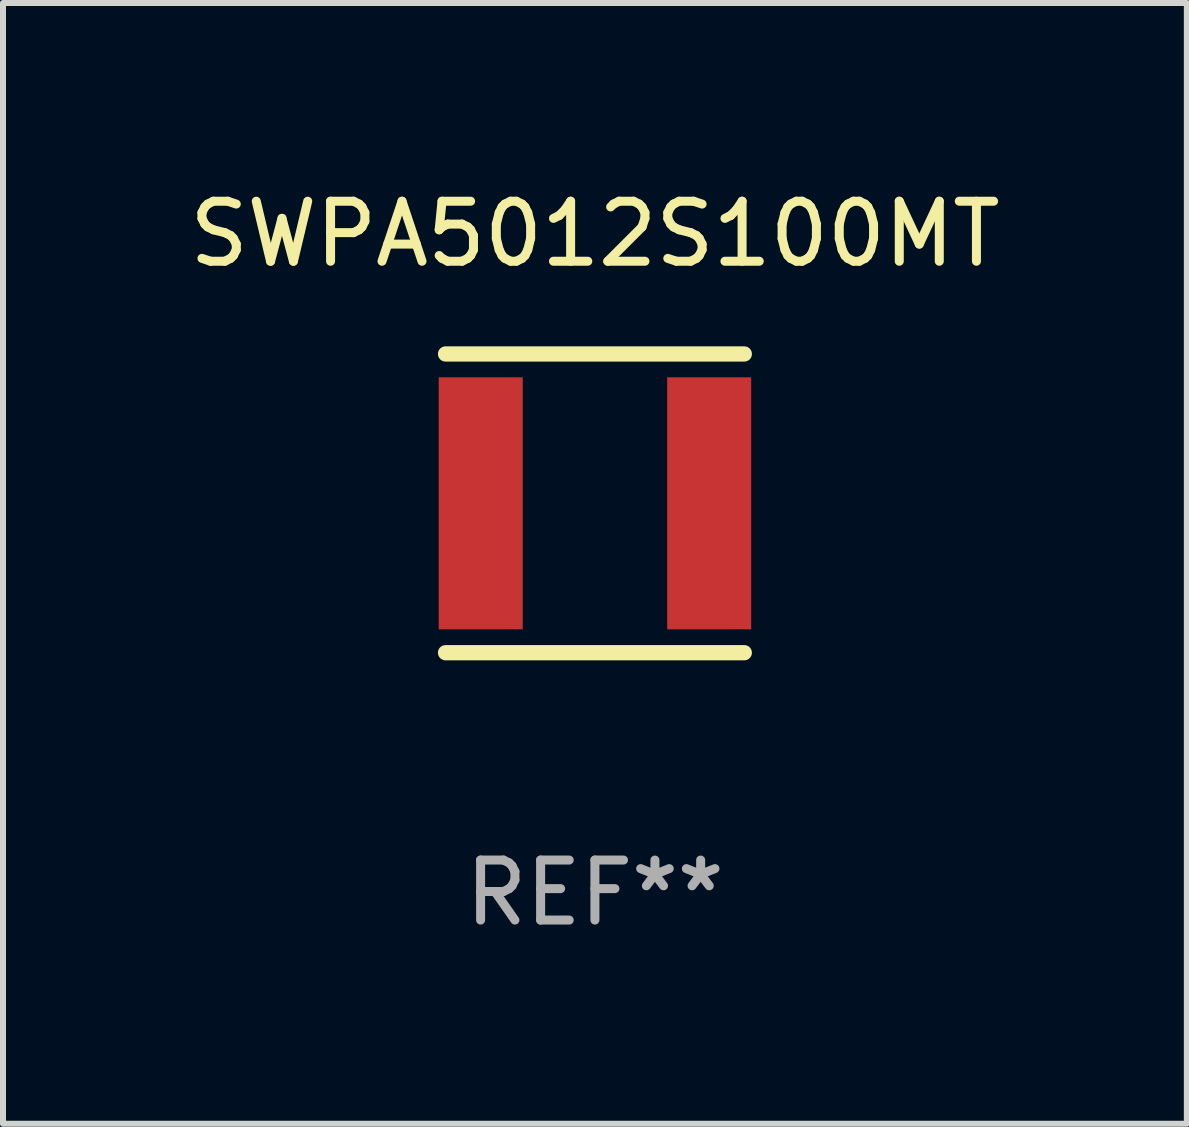
<source format=kicad_pcb>
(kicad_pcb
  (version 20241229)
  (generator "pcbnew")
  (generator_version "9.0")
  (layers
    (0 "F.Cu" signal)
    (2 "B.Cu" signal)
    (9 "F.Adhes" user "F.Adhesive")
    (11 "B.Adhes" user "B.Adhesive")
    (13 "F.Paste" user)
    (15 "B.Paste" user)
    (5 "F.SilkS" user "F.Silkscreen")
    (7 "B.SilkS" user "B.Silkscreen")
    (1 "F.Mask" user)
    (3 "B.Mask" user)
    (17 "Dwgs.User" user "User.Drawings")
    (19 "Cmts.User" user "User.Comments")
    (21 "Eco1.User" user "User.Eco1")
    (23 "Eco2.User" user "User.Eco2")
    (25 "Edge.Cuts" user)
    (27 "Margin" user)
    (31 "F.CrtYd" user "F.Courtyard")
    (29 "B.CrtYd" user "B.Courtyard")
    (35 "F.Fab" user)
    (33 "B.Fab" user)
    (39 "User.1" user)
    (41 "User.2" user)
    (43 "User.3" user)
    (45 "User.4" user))
  (footprint "SWPA5012S100MT"
    (layer "F.Cu")
    (at 6.863 5.337)
    (property "Reference" "SWPA5012S100MT" (at 0 -4.489 0) (layer "F.SilkS") (effects (font (size 1 1) (thickness 0.15))))
    (attr through_hole)
    (fp_line (start -2.489 -2.489) (end 2.489 -2.489) (stroke (width 0.254) (type solid)) (layer "F.SilkS"))
    (fp_line (start -2.489 2.489) (end 2.489 2.489) (stroke (width 0.254) (type solid)) (layer "F.SilkS"))
    (fp_circle (center -2.499 2.5) (end -2.469 2.5) (stroke (width 0.06) (type solid)) (fill no) (layer "F.SilkS"))
    (fp_text user "REF**" (at 0 6.489 0) (layer "F.Fab") (effects (font (size 1 1) (thickness 0.15))))
    (pad "1" smd rect (at -1.903 -0.000025 270) (size 4.2 1.4) (layers "F.Cu" "F.Mask" "F.Paste"))
    (pad "2" smd rect (at 1.904 -0.000025 270) (size 4.2 1.4) (layers "F.Cu" "F.Mask" "F.Paste")))
  (gr_rect
    (start -3 -3)
    (end 16.726 15.675)
    (stroke (width 0.1) (type default))
    (fill no)
    (layer "Edge.Cuts")))
</source>
